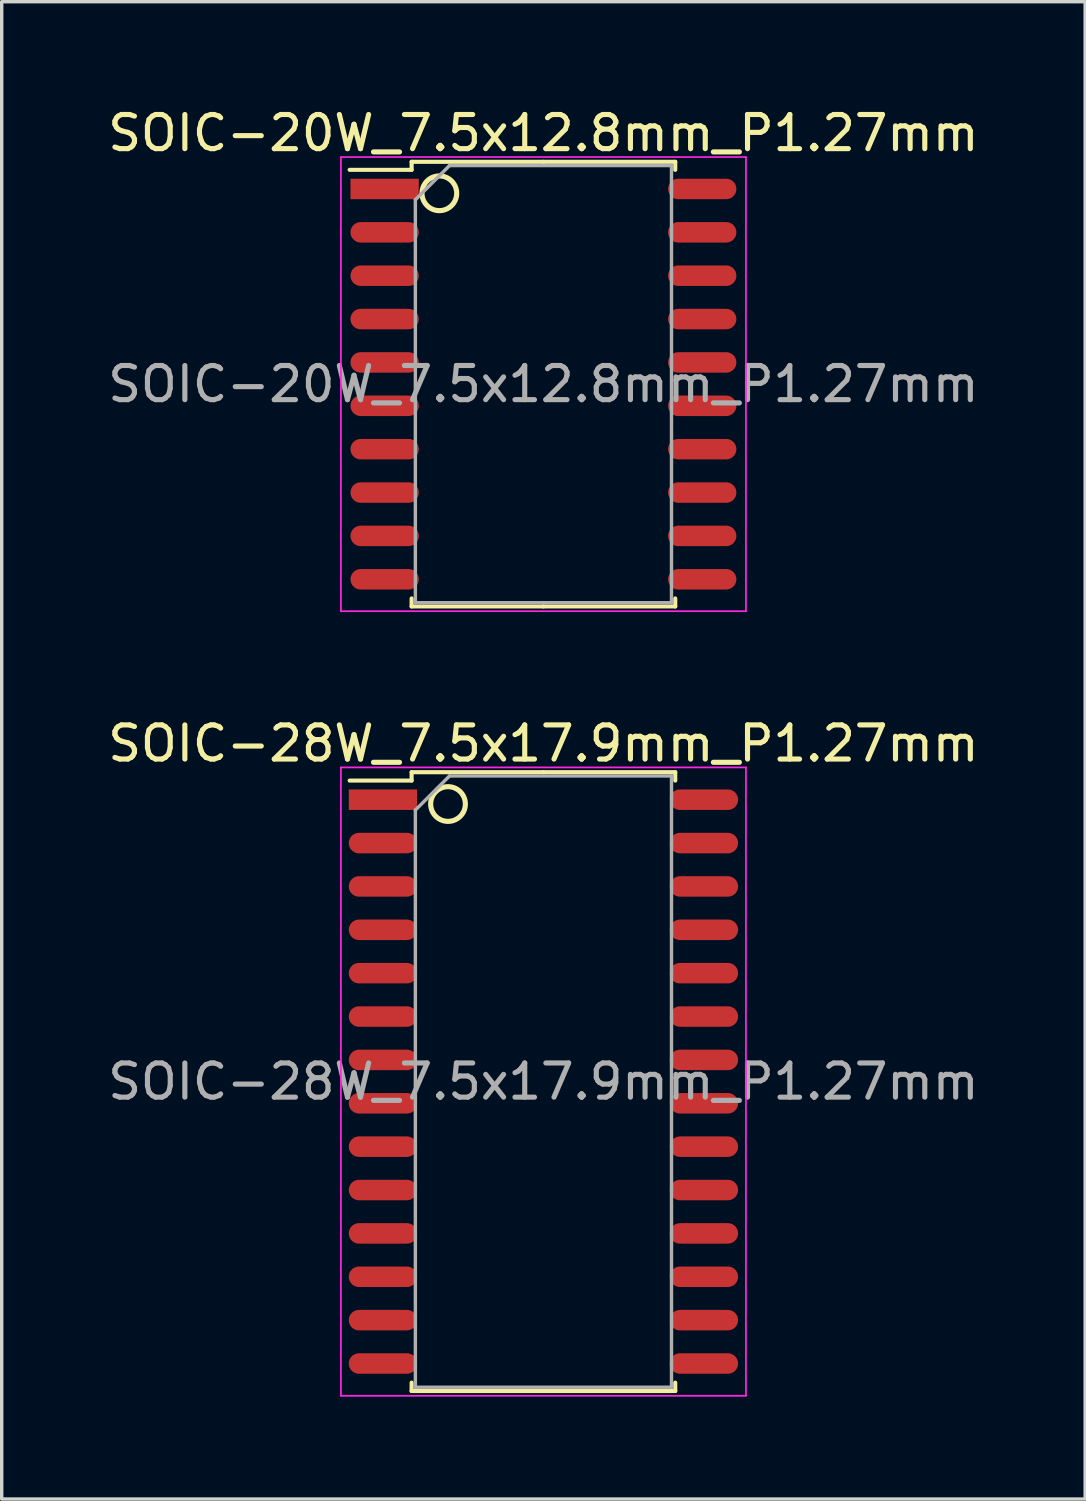
<source format=kicad_pcb>
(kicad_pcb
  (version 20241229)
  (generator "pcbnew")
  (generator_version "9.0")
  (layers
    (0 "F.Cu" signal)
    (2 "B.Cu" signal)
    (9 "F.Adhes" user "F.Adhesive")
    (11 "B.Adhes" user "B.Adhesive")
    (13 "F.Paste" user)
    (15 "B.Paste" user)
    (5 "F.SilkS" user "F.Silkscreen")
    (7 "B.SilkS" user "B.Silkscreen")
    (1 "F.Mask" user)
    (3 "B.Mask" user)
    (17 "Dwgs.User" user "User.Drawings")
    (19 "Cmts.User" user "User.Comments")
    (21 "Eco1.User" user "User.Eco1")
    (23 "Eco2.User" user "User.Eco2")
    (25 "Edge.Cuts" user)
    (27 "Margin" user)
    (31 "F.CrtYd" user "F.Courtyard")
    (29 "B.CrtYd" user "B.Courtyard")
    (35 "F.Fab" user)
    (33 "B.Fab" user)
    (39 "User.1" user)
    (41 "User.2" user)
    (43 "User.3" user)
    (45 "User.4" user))
  (footprint "SOIC-20W_7.5x12.8mm_P1.27mm"
    (layer "F.Cu")
    (at 12.863 8.198)
    (property "Reference" "SOIC-20W_7.5x12.8mm_P1.27mm" (at 0 -7.35 0) (layer "F.SilkS") (effects (font (size 1 1) (thickness 0.15))))
    (attr smd)
    (fp_line (start -3.86 -6.51) (end -3.86 -6.275) (stroke (width 0.12) (type solid)) (layer "F.SilkS"))
    (fp_line (start -3.86 -6.275) (end -5.675 -6.275) (stroke (width 0.12) (type solid)) (layer "F.SilkS"))
    (fp_line (start -3.86 6.51) (end -3.86 6.275) (stroke (width 0.12) (type solid)) (layer "F.SilkS"))
    (fp_line (start 0 -6.51) (end -3.86 -6.51) (stroke (width 0.12) (type solid)) (layer "F.SilkS"))
    (fp_line (start 0 -6.51) (end 3.86 -6.51) (stroke (width 0.12) (type solid)) (layer "F.SilkS"))
    (fp_line (start 0 6.51) (end -3.86 6.51) (stroke (width 0.12) (type solid)) (layer "F.SilkS"))
    (fp_line (start 0 6.51) (end 3.86 6.51) (stroke (width 0.12) (type solid)) (layer "F.SilkS"))
    (fp_line (start 3.86 -6.51) (end 3.86 -6.275) (stroke (width 0.12) (type solid)) (layer "F.SilkS"))
    (fp_line (start 3.86 6.51) (end 3.86 6.275) (stroke (width 0.12) (type solid)) (layer "F.SilkS"))
    (fp_circle (center -3.048 -5.588) (end -2.54 -5.588) (stroke (width 0.15) (type solid)) (fill no) (layer "F.SilkS"))
    (fp_line (start -5.93 -6.65) (end -5.93 6.65) (stroke (width 0.05) (type solid)) (layer "F.CrtYd"))
    (fp_line (start -5.93 6.65) (end 5.93 6.65) (stroke (width 0.05) (type solid)) (layer "F.CrtYd"))
    (fp_line (start 5.93 -6.65) (end -5.93 -6.65) (stroke (width 0.05) (type solid)) (layer "F.CrtYd"))
    (fp_line (start 5.93 6.65) (end 5.93 -6.65) (stroke (width 0.05) (type solid)) (layer "F.CrtYd"))
    (fp_line (start -3.75 -5.4) (end -2.75 -6.4) (stroke (width 0.1) (type solid)) (layer "F.Fab"))
    (fp_line (start -3.75 6.4) (end -3.75 -5.4) (stroke (width 0.1) (type solid)) (layer "F.Fab"))
    (fp_line (start -2.75 -6.4) (end 3.75 -6.4) (stroke (width 0.1) (type solid)) (layer "F.Fab"))
    (fp_line (start 3.75 -6.4) (end 3.75 6.4) (stroke (width 0.1) (type solid)) (layer "F.Fab"))
    (fp_line (start 3.75 6.4) (end -3.75 6.4) (stroke (width 0.1) (type solid)) (layer "F.Fab"))
    (fp_text user "${REFERENCE}" (at 0 0 0) (layer "F.Fab") (effects (font (size 1 1) (thickness 0.15))))
    (pad "1" smd rect (at -4.65 -5.715) (size 2 0.6) (layers "F.Cu" "F.Mask" "F.Paste"))
    (pad "2" smd oval (at -4.65 -4.445) (size 2 0.6) (layers "F.Cu" "F.Mask" "F.Paste"))
    (pad "3" smd oval (at -4.65 -3.175) (size 2 0.6) (layers "F.Cu" "F.Mask" "F.Paste"))
    (pad "4" smd oval (at -4.65 -1.905) (size 2 0.6) (layers "F.Cu" "F.Mask" "F.Paste"))
    (pad "5" smd oval (at -4.65 -0.635) (size 2 0.6) (layers "F.Cu" "F.Mask" "F.Paste"))
    (pad "6" smd oval (at -4.65 0.635) (size 2 0.6) (layers "F.Cu" "F.Mask" "F.Paste"))
    (pad "7" smd oval (at -4.65 1.905) (size 2 0.6) (layers "F.Cu" "F.Mask" "F.Paste"))
    (pad "8" smd oval (at -4.65 3.175) (size 2 0.6) (layers "F.Cu" "F.Mask" "F.Paste"))
    (pad "9" smd oval (at -4.65 4.445) (size 2 0.6) (layers "F.Cu" "F.Mask" "F.Paste"))
    (pad "10" smd oval (at -4.65 5.715) (size 2 0.6) (layers "F.Cu" "F.Mask" "F.Paste"))
    (pad "11" smd oval (at 4.65 5.715) (size 2 0.6) (layers "F.Cu" "F.Mask" "F.Paste"))
    (pad "12" smd oval (at 4.65 4.445) (size 2 0.6) (layers "F.Cu" "F.Mask" "F.Paste"))
    (pad "13" smd oval (at 4.65 3.175) (size 2 0.6) (layers "F.Cu" "F.Mask" "F.Paste"))
    (pad "14" smd oval (at 4.65 1.905) (size 2 0.6) (layers "F.Cu" "F.Mask" "F.Paste"))
    (pad "15" smd oval (at 4.65 0.635) (size 2 0.6) (layers "F.Cu" "F.Mask" "F.Paste"))
    (pad "16" smd oval (at 4.65 -0.635) (size 2 0.6) (layers "F.Cu" "F.Mask" "F.Paste"))
    (pad "17" smd oval (at 4.65 -1.905) (size 2 0.6) (layers "F.Cu" "F.Mask" "F.Paste"))
    (pad "18" smd oval (at 4.65 -3.175) (size 2 0.6) (layers "F.Cu" "F.Mask" "F.Paste"))
    (pad "19" smd oval (at 4.65 -4.445) (size 2 0.6) (layers "F.Cu" "F.Mask" "F.Paste"))
    (pad "20" smd oval (at 4.65 -5.715) (size 2 0.6) (layers "F.Cu" "F.Mask" "F.Paste")))
  (footprint "SOIC-28W_7.5x17.9mm_P1.27mm"
    (layer "F.Cu")
    (at 12.863 28.622)
    (property "Reference" "SOIC-28W_7.5x17.9mm_P1.27mm" (at 0 -9.9 0) (layer "F.SilkS") (effects (font (size 1 1) (thickness 0.15))))
    (attr smd)
    (fp_line (start -3.86 -9.06) (end -3.86 -8.815) (stroke (width 0.12) (type solid)) (layer "F.SilkS"))
    (fp_line (start -3.86 -8.815) (end -5.675 -8.815) (stroke (width 0.12) (type solid)) (layer "F.SilkS"))
    (fp_line (start -3.86 9.06) (end -3.86 8.815) (stroke (width 0.12) (type solid)) (layer "F.SilkS"))
    (fp_line (start 0 -9.06) (end -3.86 -9.06) (stroke (width 0.12) (type solid)) (layer "F.SilkS"))
    (fp_line (start 0 -9.06) (end 3.86 -9.06) (stroke (width 0.12) (type solid)) (layer "F.SilkS"))
    (fp_line (start 0 9.06) (end -3.86 9.06) (stroke (width 0.12) (type solid)) (layer "F.SilkS"))
    (fp_line (start 0 9.06) (end 3.86 9.06) (stroke (width 0.12) (type solid)) (layer "F.SilkS"))
    (fp_line (start 3.86 -9.06) (end 3.86 -8.815) (stroke (width 0.12) (type solid)) (layer "F.SilkS"))
    (fp_line (start 3.86 9.06) (end 3.86 8.815) (stroke (width 0.12) (type solid)) (layer "F.SilkS"))
    (fp_circle (center -2.794 -8.128) (end -2.286 -8.128) (stroke (width 0.15) (type solid)) (fill no) (layer "F.SilkS"))
    (fp_line (start -5.93 -9.2) (end -5.93 9.2) (stroke (width 0.05) (type solid)) (layer "F.CrtYd"))
    (fp_line (start -5.93 9.2) (end 5.93 9.2) (stroke (width 0.05) (type solid)) (layer "F.CrtYd"))
    (fp_line (start 5.93 -9.2) (end -5.93 -9.2) (stroke (width 0.05) (type solid)) (layer "F.CrtYd"))
    (fp_line (start 5.93 9.2) (end 5.93 -9.2) (stroke (width 0.05) (type solid)) (layer "F.CrtYd"))
    (fp_line (start -3.75 -7.95) (end -2.75 -8.95) (stroke (width 0.1) (type solid)) (layer "F.Fab"))
    (fp_line (start -3.75 8.95) (end -3.75 -7.95) (stroke (width 0.1) (type solid)) (layer "F.Fab"))
    (fp_line (start -2.75 -8.95) (end 3.75 -8.95) (stroke (width 0.1) (type solid)) (layer "F.Fab"))
    (fp_line (start 3.75 -8.95) (end 3.75 8.95) (stroke (width 0.1) (type solid)) (layer "F.Fab"))
    (fp_line (start 3.75 8.95) (end -3.75 8.95) (stroke (width 0.1) (type solid)) (layer "F.Fab"))
    (fp_text user "${REFERENCE}" (at 0 0 0) (layer "F.Fab") (effects (font (size 1 1) (thickness 0.15))))
    (pad "1" smd rect (at -4.7 -8.255) (size 2 0.6) (layers "F.Cu" "F.Mask" "F.Paste"))
    (pad "2" smd oval (at -4.7 -6.985) (size 2 0.6) (layers "F.Cu" "F.Mask" "F.Paste"))
    (pad "3" smd oval (at -4.7 -5.715) (size 2 0.6) (layers "F.Cu" "F.Mask" "F.Paste"))
    (pad "4" smd oval (at -4.7 -4.445) (size 2 0.6) (layers "F.Cu" "F.Mask" "F.Paste"))
    (pad "5" smd oval (at -4.7 -3.175) (size 2 0.6) (layers "F.Cu" "F.Mask" "F.Paste"))
    (pad "6" smd oval (at -4.7 -1.905) (size 2 0.6) (layers "F.Cu" "F.Mask" "F.Paste"))
    (pad "7" smd oval (at -4.7 -0.635) (size 2 0.6) (layers "F.Cu" "F.Mask" "F.Paste"))
    (pad "8" smd oval (at -4.7 0.635) (size 2 0.6) (layers "F.Cu" "F.Mask" "F.Paste"))
    (pad "9" smd oval (at -4.7 1.905) (size 2 0.6) (layers "F.Cu" "F.Mask" "F.Paste"))
    (pad "10" smd oval (at -4.7 3.175) (size 2 0.6) (layers "F.Cu" "F.Mask" "F.Paste"))
    (pad "11" smd oval (at -4.7 4.445) (size 2 0.6) (layers "F.Cu" "F.Mask" "F.Paste"))
    (pad "12" smd oval (at -4.7 5.715) (size 2 0.6) (layers "F.Cu" "F.Mask" "F.Paste"))
    (pad "13" smd oval (at -4.7 6.985) (size 2 0.6) (layers "F.Cu" "F.Mask" "F.Paste"))
    (pad "14" smd oval (at -4.7 8.255) (size 2 0.6) (layers "F.Cu" "F.Mask" "F.Paste"))
    (pad "15" smd oval (at 4.7 8.255) (size 2 0.6) (layers "F.Cu" "F.Mask" "F.Paste"))
    (pad "16" smd oval (at 4.7 6.985) (size 2 0.6) (layers "F.Cu" "F.Mask" "F.Paste"))
    (pad "17" smd oval (at 4.7 5.715) (size 2 0.6) (layers "F.Cu" "F.Mask" "F.Paste"))
    (pad "18" smd oval (at 4.7 4.445) (size 2 0.6) (layers "F.Cu" "F.Mask" "F.Paste"))
    (pad "19" smd oval (at 4.7 3.175) (size 2 0.6) (layers "F.Cu" "F.Mask" "F.Paste"))
    (pad "20" smd oval (at 4.7 1.905) (size 2 0.6) (layers "F.Cu" "F.Mask" "F.Paste"))
    (pad "21" smd oval (at 4.7 0.635) (size 2 0.6) (layers "F.Cu" "F.Mask" "F.Paste"))
    (pad "22" smd oval (at 4.7 -0.635) (size 2 0.6) (layers "F.Cu" "F.Mask" "F.Paste"))
    (pad "23" smd oval (at 4.7 -1.905) (size 2 0.6) (layers "F.Cu" "F.Mask" "F.Paste"))
    (pad "24" smd oval (at 4.7 -3.175) (size 2 0.6) (layers "F.Cu" "F.Mask" "F.Paste"))
    (pad "25" smd oval (at 4.7 -4.445) (size 2 0.6) (layers "F.Cu" "F.Mask" "F.Paste"))
    (pad "26" smd oval (at 4.7 -5.715) (size 2 0.6) (layers "F.Cu" "F.Mask" "F.Paste"))
    (pad "27" smd oval (at 4.7 -6.985) (size 2 0.6) (layers "F.Cu" "F.Mask" "F.Paste"))
    (pad "28" smd oval (at 4.7 -8.255) (size 2 0.6) (layers "F.Cu" "F.Mask" "F.Paste")))
  (gr_rect
    (start -3 -3)
    (end 28.726 40.846)
    (stroke (width 0.1) (type default))
    (fill no)
    (layer "Edge.Cuts")))
</source>
